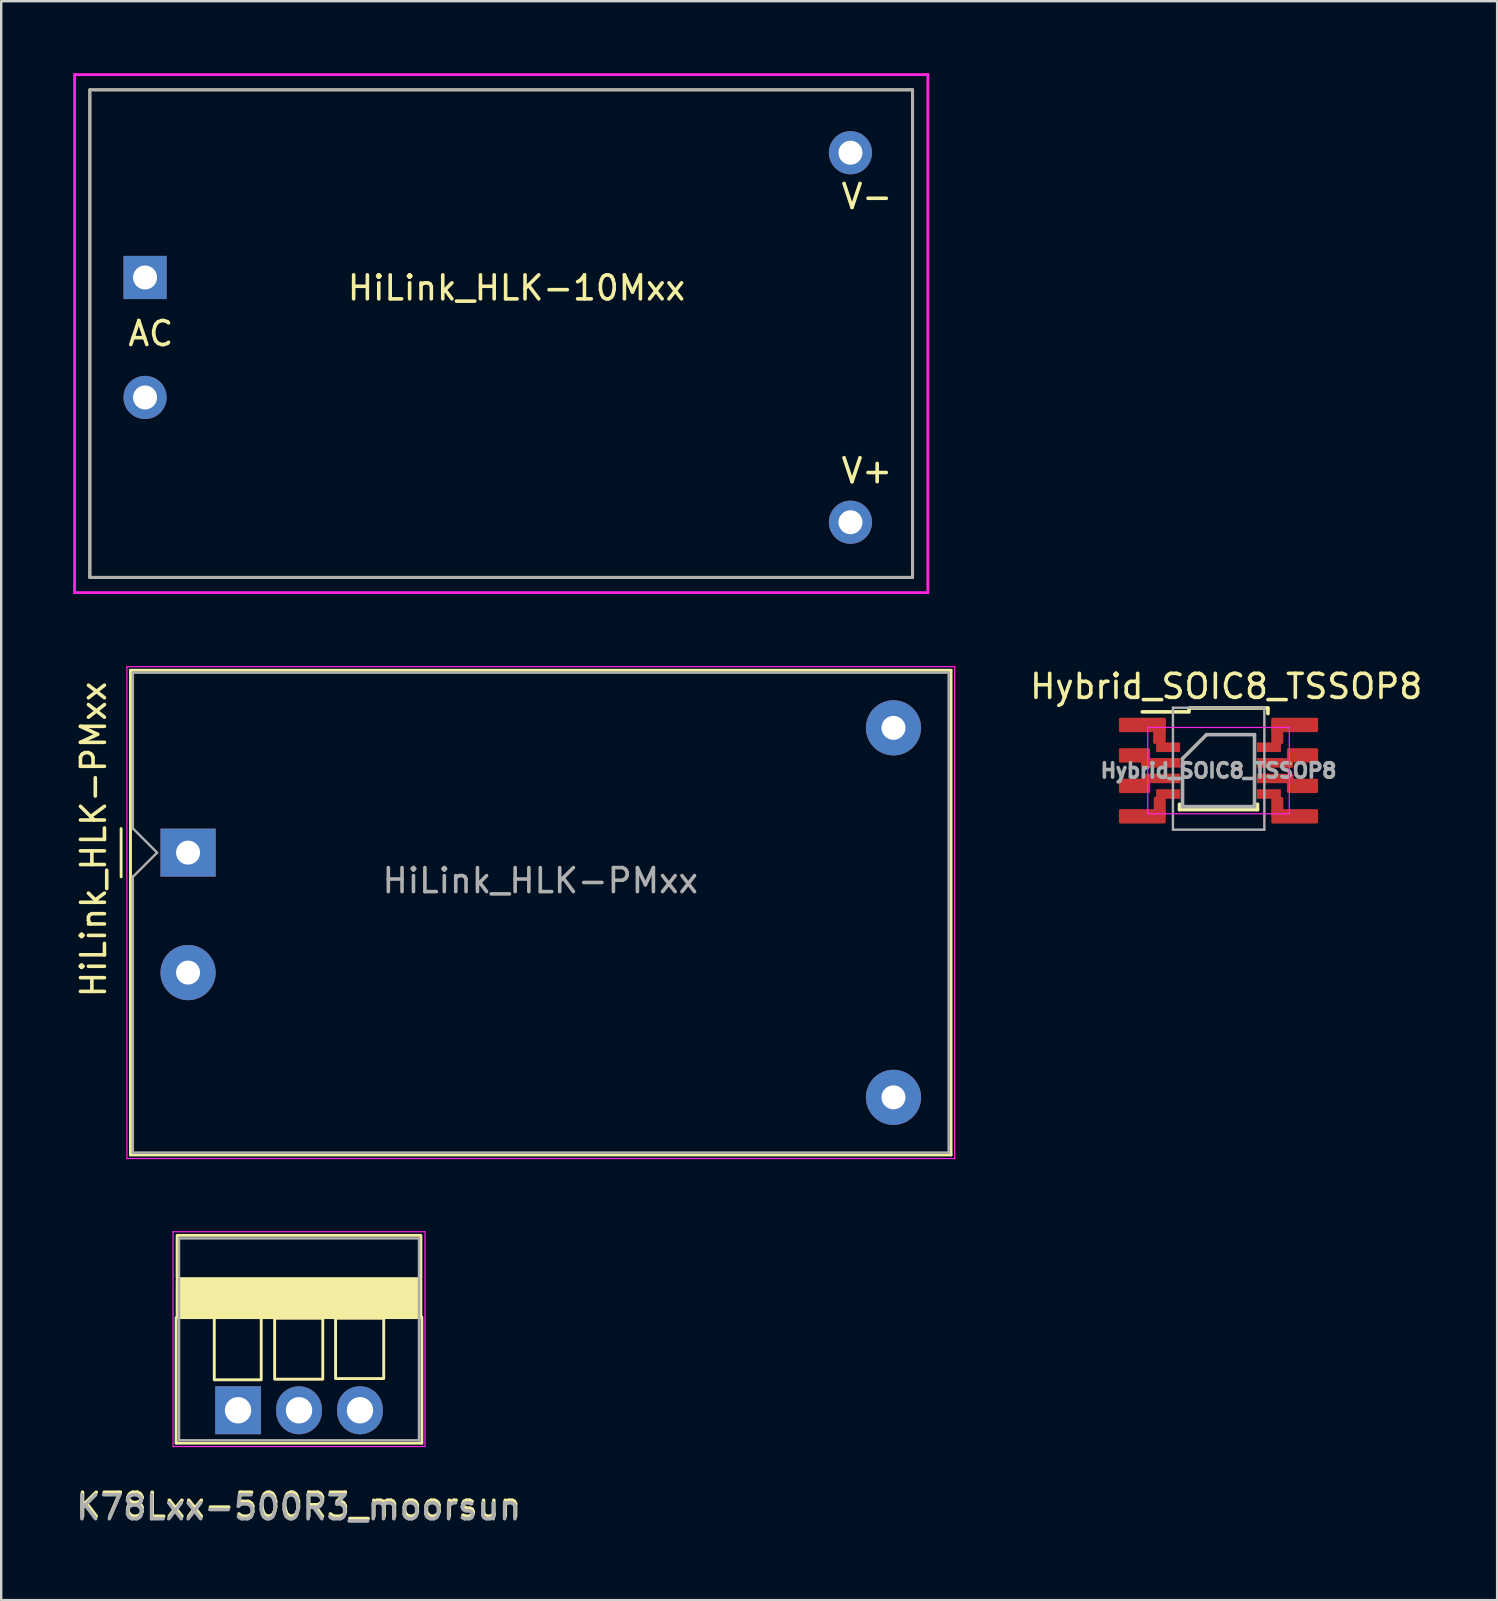
<source format=kicad_pcb>
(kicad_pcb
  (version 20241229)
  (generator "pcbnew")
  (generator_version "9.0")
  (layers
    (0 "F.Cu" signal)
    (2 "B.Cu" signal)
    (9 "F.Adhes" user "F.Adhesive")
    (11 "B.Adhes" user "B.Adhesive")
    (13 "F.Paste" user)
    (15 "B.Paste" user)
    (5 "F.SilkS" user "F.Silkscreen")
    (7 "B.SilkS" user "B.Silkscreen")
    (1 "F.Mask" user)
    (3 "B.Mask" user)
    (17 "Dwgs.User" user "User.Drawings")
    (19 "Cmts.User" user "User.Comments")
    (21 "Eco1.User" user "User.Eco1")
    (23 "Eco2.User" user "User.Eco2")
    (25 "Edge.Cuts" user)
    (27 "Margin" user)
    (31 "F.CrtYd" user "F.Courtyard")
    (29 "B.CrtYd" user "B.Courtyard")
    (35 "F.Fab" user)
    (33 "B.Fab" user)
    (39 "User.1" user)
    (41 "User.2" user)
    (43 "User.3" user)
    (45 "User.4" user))
  (footprint "HiLink_HLK-PMxx"
    (layer "F.Cu")
    (at 4.788 32.485)
    (property "Reference" "HiLink_HLK-PMxx" (at -3.94 -0.55 90) (layer "F.SilkS") (effects (font (size 1 1) (thickness 0.15))))
    (attr through_hole)
    (fp_line (start -2.79 -1) (end -2.79 1.01) (stroke (width 0.12) (type solid)) (layer "F.SilkS"))
    (fp_line (start -2.4 -7.6) (end -2.4 12.6) (stroke (width 0.12) (type solid)) (layer "F.SilkS"))
    (fp_line (start -2.4 12.6) (end 31.8 12.6) (stroke (width 0.12) (type solid)) (layer "F.SilkS"))
    (fp_line (start 31.8 -7.6) (end -2.4 -7.6) (stroke (width 0.12) (type solid)) (layer "F.SilkS"))
    (fp_line (start 31.8 12.6) (end 31.8 -7.6) (stroke (width 0.12) (type solid)) (layer "F.SilkS"))
    (fp_line (start -2.55 -7.75) (end -2.55 12.75) (stroke (width 0.05) (type solid)) (layer "F.CrtYd"))
    (fp_line (start -2.55 12.75) (end 31.95 12.75) (stroke (width 0.05) (type solid)) (layer "F.CrtYd"))
    (fp_line (start 31.95 -7.75) (end -2.55 -7.75) (stroke (width 0.05) (type solid)) (layer "F.CrtYd"))
    (fp_line (start 31.95 12.75) (end 31.95 -7.75) (stroke (width 0.05) (type solid)) (layer "F.CrtYd"))
    (fp_line (start -2.3 -7.5) (end 31.7 -7.5) (stroke (width 0.1) (type solid)) (layer "F.Fab"))
    (fp_line (start -2.3 -1) (end -2.3 -7.5) (stroke (width 0.1) (type solid)) (layer "F.Fab"))
    (fp_line (start -2.3 12.5) (end -2.3 0.99) (stroke (width 0.1) (type solid)) (layer "F.Fab"))
    (fp_line (start -2.3 12.5) (end 31.7 12.5) (stroke (width 0.1) (type solid)) (layer "F.Fab"))
    (fp_line (start -2.29 -1) (end -1.29 0) (stroke (width 0.1) (type solid)) (layer "F.Fab"))
    (fp_line (start -1.29 0) (end -2.29 1) (stroke (width 0.1) (type solid)) (layer "F.Fab"))
    (fp_line (start 31.7 12.5) (end 31.7 -7.5) (stroke (width 0.1) (type solid)) (layer "F.Fab"))
    (fp_text user "${REFERENCE}" (at 14.68 1.17 0) (layer "F.Fab") (effects (font (size 1 1) (thickness 0.15))))
    (pad "1" thru_hole rect (at 0 0) (size 2.3 2) (drill 1) (layers "*.Cu" "*.Mask"))
    (pad "2" thru_hole circle (at 0 5) (size 2.3 2.3) (drill 1) (layers "*.Cu" "*.Mask"))
    (pad "3" thru_hole circle (at 29.4 -5.2) (size 2.3 2.3) (drill 1) (layers "*.Cu" "*.Mask"))
    (pad "4" thru_hole circle (at 29.4 10.2) (size 2.3 2.3) (drill 1) (layers "*.Cu" "*.Mask")))
  (footprint "K78Lxx-500R3_moorsun"
    (layer "F.Cu")
    (at 6.872 55.727)
    (property "Reference" "K78Lxx-500R3_moorsun" (at 2.54 3.962 0) (layer "F.SilkS") (effects (font (size 1 1) (thickness 0.15))))
    (attr through_hole)
    (fp_line (start -2.58 -3.861) (end -2.58 1.371) (stroke (width 0.12) (type solid)) (layer "F.SilkS"))
    (fp_line (start -2.58 1.371) (end 7.66 1.371) (stroke (width 0.12) (type solid)) (layer "F.SilkS"))
    (fp_line (start 7.66 -3.886) (end 7.66 1.371) (stroke (width 0.12) (type solid)) (layer "F.SilkS"))
    (fp_rect (start -0.991 -1.27) (end 0.965 -4.039) (stroke (width 0.12) (type solid)) (fill no) (layer "F.SilkS"))
    (fp_rect (start 1.524 -1.295) (end 3.531 -3.835) (stroke (width 0.12) (type solid)) (fill no) (layer "F.SilkS"))
    (fp_rect (start 4.064 -1.321) (end 6.071 -3.835) (stroke (width 0.12) (type solid)) (fill no) (layer "F.SilkS"))
    (fp_rect (start 7.62 -5.486) (end -2.54 -7.29) (stroke (width 0.12) (type solid)) (fill no) (layer "F.SilkS"))
    (fp_rect (start 7.62 -5.41) (end -2.54 -3.861) (stroke (width 0.12) (type solid)) (fill yes) (layer "F.SilkS"))
    (fp_line (start -2.71 -7.442) (end -2.71 1.51) (stroke (width 0.05) (type solid)) (layer "F.CrtYd"))
    (fp_line (start -2.71 1.51) (end 7.79 1.51) (stroke (width 0.05) (type solid)) (layer "F.CrtYd"))
    (fp_line (start 7.79 -7.442) (end -2.71 -7.442) (stroke (width 0.05) (type solid)) (layer "F.CrtYd"))
    (fp_line (start 7.79 1.51) (end 7.79 -7.442) (stroke (width 0.05) (type solid)) (layer "F.CrtYd"))
    (fp_line (start -2.46 -7.163) (end -2.46 1.25) (stroke (width 0.1) (type solid)) (layer "F.Fab"))
    (fp_line (start -2.46 1.25) (end 7.54 1.25) (stroke (width 0.1) (type solid)) (layer "F.Fab"))
    (fp_line (start 7.54 -7.163) (end -2.46 -7.163) (stroke (width 0.1) (type solid)) (layer "F.Fab"))
    (fp_line (start 7.54 1.25) (end 7.54 -7.163) (stroke (width 0.1) (type solid)) (layer "F.Fab"))
    (fp_text user "${REFERENCE}" (at 2.515 4.064 0) (layer "F.Fab") (effects (font (size 1 1) (thickness 0.15))))
    (pad "1" thru_hole rect (at 0 0) (size 1.905 2) (drill 1.1) (layers "*.Cu" "*.Mask"))
    (pad "2" thru_hole oval (at 2.54 0) (size 1.905 2) (drill 1.1) (layers "*.Cu" "*.Mask"))
    (pad "3" thru_hole oval (at 5.08 0) (size 1.905 2) (drill 1.1) (layers "*.Cu" "*.Mask")))
  (footprint "Hybrid_SOIC8_TSSOP8"
    (layer "F.Cu")
    (at 47.735 29.068)
    (property "Reference" "Hybrid_SOIC8_TSSOP8" (at 0.32 -3.51 0) (layer "F.SilkS") (effects (font (size 1 1) (thickness 0.15))))
    (attr smd)
    (fp_rect (start -2.68 -0.465) (end -3.17 -0.19) (stroke (width 0.12) (type solid)) (fill yes) (layer "F.Cu"))
    (fp_rect (start -2.67 0.185) (end -3.16 0.46) (stroke (width 0.12) (type solid)) (fill yes) (layer "F.Cu"))
    (fp_rect (start -2.665 -1.175) (end -2.259 -2.113) (stroke (width 0.12) (type solid)) (fill yes) (layer "F.Cu"))
    (fp_rect (start -2.64 1.83) (end -2.259 1.146) (stroke (width 0.12) (type solid)) (fill yes) (layer "F.Cu"))
    (fp_rect (start 2.259 -1.173) (end 2.64 -2.009) (stroke (width 0.12) (type solid)) (fill yes) (layer "F.Cu"))
    (fp_rect (start 2.259 1.869) (end 2.64 1.16) (stroke (width 0.12) (type solid)) (fill yes) (layer "F.Cu"))
    (fp_rect (start 3.053 -0.457) (end 2.69 -0.182) (stroke (width 0.12) (type solid)) (fill yes) (layer "F.Cu"))
    (fp_rect (start 3.068 0.19) (end 2.705 0.465) (stroke (width 0.12) (type solid)) (fill yes) (layer "F.Cu"))
    (fp_line (start -1.625 1.625) (end -1.625 1.4) (stroke (width 0.15) (type solid)) (layer "F.SilkS"))
    (fp_line (start -1.625 1.625) (end 1.625 1.625) (stroke (width 0.15) (type solid)) (layer "F.SilkS"))
    (fp_line (start -1.27 -2.45) (end -3.18 -2.45) (stroke (width 0.15) (type solid)) (layer "F.SilkS"))
    (fp_line (start -1.23 -2.57) (end -1.23 -2.445) (stroke (width 0.15) (type solid)) (layer "F.SilkS"))
    (fp_line (start -1.2 -2.61) (end 2.05 -2.61) (stroke (width 0.15) (type solid)) (layer "F.SilkS"))
    (fp_line (start 1.625 1.625) (end 1.625 1.4) (stroke (width 0.15) (type solid)) (layer "F.SilkS"))
    (fp_line (start 2.06 -2.605) (end 2.06 -2.38) (stroke (width 0.15) (type solid)) (layer "F.SilkS"))
    (fp_line (start -2.95 -1.8) (end -2.95 1.8) (stroke (width 0.05) (type solid)) (layer "F.CrtYd"))
    (fp_line (start -2.95 -1.8) (end 2.95 -1.8) (stroke (width 0.05) (type solid)) (layer "F.CrtYd"))
    (fp_line (start -2.95 1.8) (end 2.95 1.8) (stroke (width 0.05) (type solid)) (layer "F.CrtYd"))
    (fp_line (start 2.95 -1.8) (end 2.95 1.8) (stroke (width 0.05) (type solid)) (layer "F.CrtYd"))
    (fp_line (start -1.5 -0.5) (end -0.5 -1.5) (stroke (width 0.15) (type solid)) (layer "F.Fab"))
    (fp_line (start -1.5 1.5) (end -1.5 -0.5) (stroke (width 0.15) (type solid)) (layer "F.Fab"))
    (fp_line (start -0.5 -1.5) (end 1.5 -1.5) (stroke (width 0.15) (type solid)) (layer "F.Fab"))
    (fp_line (start 1.5 -1.5) (end 1.5 1.5) (stroke (width 0.15) (type solid)) (layer "F.Fab"))
    (fp_line (start 1.5 1.5) (end -1.5 1.5) (stroke (width 0.15) (type solid)) (layer "F.Fab"))
    (fp_rect (start -1.9 -2.62) (end -1.9 2.46) (stroke (width 0.1) (type solid)) (fill no) (layer "F.Fab"))
    (fp_rect (start -1.9 -2.62) (end 1.91 -2.62) (stroke (width 0.1) (type solid)) (fill no) (layer "F.Fab"))
    (fp_rect (start -1.9 2.46) (end 1.91 2.46) (stroke (width 0.1) (type solid)) (fill no) (layer "F.Fab"))
    (fp_rect (start 1.91 -2.62) (end 1.91 2.46) (stroke (width 0.1) (type solid)) (fill no) (layer "F.Fab"))
    (fp_rect (start -2.464 0.635) (end 2.337 0.686) (stroke (width 0.02) (type solid)) (fill no) (layer "User.2"))
    (fp_text user "${REFERENCE}" (at 0 0 0) (layer "F.Fab") (effects (font (size 0.6 0.6) (thickness 0.15))))
    (pad "1" smd roundrect (at -3.175 -1.905) (size 1.95 0.6) (layers "F.Cu" "F.Mask" "F.Paste") (roundrect_rratio 0.098))
    (pad "1" smd rect (at -2.1 -0.975) (size 1 0.4) (layers "F.Cu" "F.Mask" "F.Paste"))
    (pad "2" smd roundrect (at -3.5 -0.635) (size 1.3 0.6) (layers "F.Cu" "F.Mask" "F.Paste") (roundrect_rratio 0.098))
    (pad "2" smd rect (at -2.15 -0.325) (size 1.1 0.4) (layers "F.Cu" "F.Mask" "F.Paste"))
    (pad "3" smd roundrect (at -3.5 0.635) (size 1.3 0.6) (layers "F.Cu" "F.Mask" "F.Paste") (roundrect_rratio 0.098))
    (pad "3" smd rect (at -2.15 0.325) (size 1.1 0.4) (layers "F.Cu" "F.Mask" "F.Paste"))
    (pad "4" smd roundrect (at -3.175 1.905) (size 1.95 0.6) (layers "F.Cu" "F.Mask" "F.Paste") (roundrect_rratio 0.098))
    (pad "4" smd rect (at -2.1 0.975) (size 1 0.4) (layers "F.Cu" "F.Mask" "F.Paste"))
    (pad "5" smd rect (at 2.1 0.975) (size 1 0.4) (layers "F.Cu" "F.Mask" "F.Paste"))
    (pad "5" smd roundrect (at 3.175 1.905) (size 1.95 0.6) (layers "F.Cu" "F.Mask" "F.Paste") (roundrect_rratio 0.098))
    (pad "6" smd rect (at 2.15 0.325) (size 1.1 0.4) (layers "F.Cu" "F.Mask" "F.Paste"))
    (pad "6" smd roundrect (at 3.5 0.635) (size 1.3 0.6) (layers "F.Cu" "F.Mask" "F.Paste") (roundrect_rratio 0.098))
    (pad "7" smd rect (at 2.15 -0.325) (size 1.1 0.4) (layers "F.Cu" "F.Mask" "F.Paste"))
    (pad "7" smd roundrect (at 3.5 -0.635) (size 1.3 0.6) (layers "F.Cu" "F.Mask" "F.Paste") (roundrect_rratio 0.098))
    (pad "8" smd rect (at 2.1 -0.975) (size 1 0.4) (layers "F.Cu" "F.Mask" "F.Paste"))
    (pad "8" smd roundrect (at 3.175 -1.905) (size 1.95 0.6) (layers "F.Cu" "F.Mask" "F.Paste") (roundrect_rratio 0.098)))
  (footprint "HiLink_HLK-10Mxx"
    (layer "F.Cu")
    (at 0.695 21.015)
    (property "Reference" "HiLink_HLK-10Mxx" (at 17.78 -12.065 0) (layer "F.SilkS") (effects (font (size 1 1) (thickness 0.15))))
    (attr through_hole)
    (fp_line (start 0 -20.32) (end 0 0) (stroke (width 0.12) (type solid)) (layer "F.SilkS"))
    (fp_line (start 0 0) (end 34.29 0) (stroke (width 0.12) (type solid)) (layer "F.SilkS"))
    (fp_line (start 34.29 -20.32) (end 0 -20.32) (stroke (width 0.12) (type solid)) (layer "F.SilkS"))
    (fp_line (start 34.29 0) (end 34.29 -20.32) (stroke (width 0.12) (type solid)) (layer "F.SilkS"))
    (fp_line (start -0.635 -20.955) (end 34.925 -20.955) (stroke (width 0.12) (type solid)) (layer "F.CrtYd"))
    (fp_line (start -0.635 0.635) (end -0.635 -20.955) (stroke (width 0.12) (type solid)) (layer "F.CrtYd"))
    (fp_line (start 34.925 -20.955) (end 34.925 0.635) (stroke (width 0.12) (type solid)) (layer "F.CrtYd"))
    (fp_line (start 34.925 0.635) (end -0.635 0.635) (stroke (width 0.12) (type solid)) (layer "F.CrtYd"))
    (fp_line (start 0 -20.32) (end 34.29 -20.32) (stroke (width 0.12) (type solid)) (layer "F.Fab"))
    (fp_line (start 0 0) (end 0 -20.32) (stroke (width 0.12) (type solid)) (layer "F.Fab"))
    (fp_line (start 34.29 -20.32) (end 34.29 0) (stroke (width 0.12) (type solid)) (layer "F.Fab"))
    (fp_line (start 34.29 0) (end 0 0) (stroke (width 0.12) (type solid)) (layer "F.Fab"))
    (fp_text user "V+" (at 32.385 -4.445 0) (layer "F.SilkS") (effects (font (size 1 1) (thickness 0.15))))
    (fp_text user "V-" (at 32.385 -15.875 0) (layer "F.SilkS") (effects (font (size 1 1) (thickness 0.15))))
    (fp_text user "AC" (at 2.54 -10.16 0) (layer "F.SilkS") (effects (font (size 1 1) (thickness 0.15))))
    (pad "1" thru_hole rect (at 2.3 -12.5) (size 1.8 1.8) (drill 1) (layers "*.Cu" "*.Mask"))
    (pad "2" thru_hole circle (at 2.3 -7.5) (size 1.8 1.8) (drill 1) (layers "*.Cu" "*.Mask"))
    (pad "3" thru_hole circle (at 31.7 -17.7) (size 1.8 1.8) (drill 1) (layers "*.Cu" "*.Mask"))
    (pad "4" thru_hole circle (at 31.7 -2.3) (size 1.8 1.8) (drill 1) (layers "*.Cu" "*.Mask")))
  (gr_rect
    (start -3 -3)
    (end 59.347 63.639)
    (stroke (width 0.1) (type default))
    (fill no)
    (layer "Edge.Cuts")))
</source>
